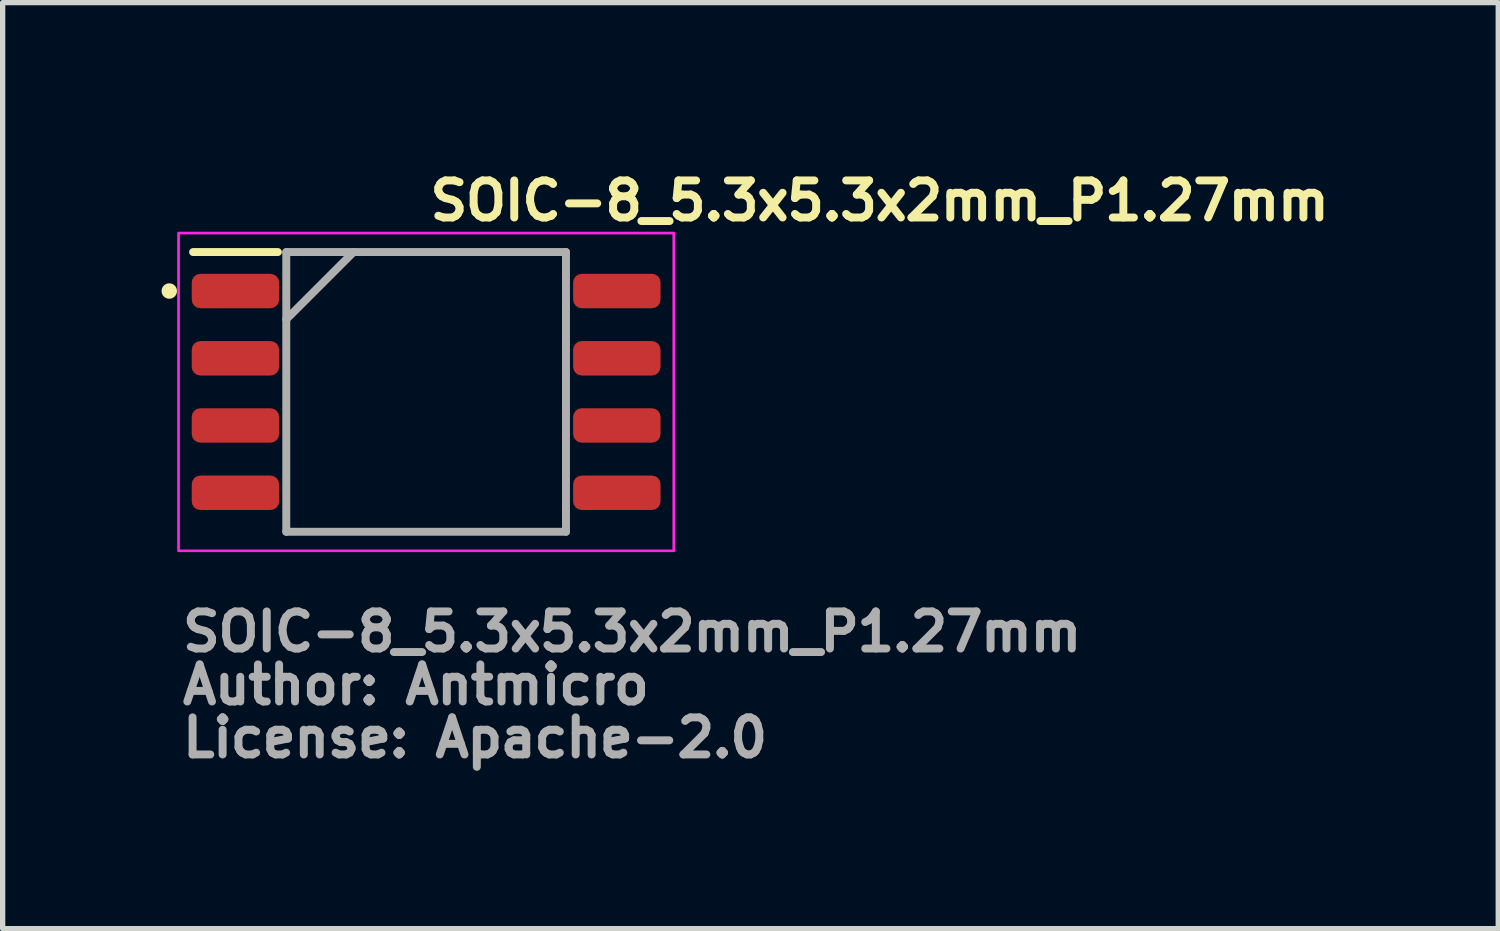
<source format=kicad_pcb>
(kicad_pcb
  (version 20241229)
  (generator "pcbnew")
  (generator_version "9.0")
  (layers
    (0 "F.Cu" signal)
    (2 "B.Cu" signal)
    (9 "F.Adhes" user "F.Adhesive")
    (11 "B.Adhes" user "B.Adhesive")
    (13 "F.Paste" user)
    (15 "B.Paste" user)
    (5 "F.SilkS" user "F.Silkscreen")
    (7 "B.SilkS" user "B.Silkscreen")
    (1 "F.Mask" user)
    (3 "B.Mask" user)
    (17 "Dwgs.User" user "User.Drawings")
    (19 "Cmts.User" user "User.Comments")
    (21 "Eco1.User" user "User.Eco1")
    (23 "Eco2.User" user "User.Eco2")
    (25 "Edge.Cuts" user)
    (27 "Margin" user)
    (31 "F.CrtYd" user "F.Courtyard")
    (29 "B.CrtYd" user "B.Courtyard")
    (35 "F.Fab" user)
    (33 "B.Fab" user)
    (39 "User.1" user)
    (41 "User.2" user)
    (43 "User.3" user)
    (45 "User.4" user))
  (footprint "SOIC-8_5.3x5.3x2mm_P1.27mm"
    (layer "F.Cu")
    (at 4.996 4.35)
    (property "Reference" "SOIC-8_5.3x5.3x2mm_P1.27mm" (at -0.002 -3.2 0) (layer "F.SilkS") (effects (font (size 0.7 0.7) (thickness 0.15)) (justify left bottom)))
    (attr smd)
    (fp_line (start -2.8 -2.641) (end -4.4 -2.641) (stroke (width 0.15) (type solid)) (layer "F.SilkS"))
    (fp_circle (center -4.85 -1.905) (end -4.8 -1.855) (stroke (width 0.15) (type solid)) (fill yes) (layer "F.SilkS"))
    (fp_rect (start 4.675 -3) (end -4.675 3) (stroke (width 0.05) (type solid)) (fill no) (layer "F.CrtYd"))
    (fp_line (start -2.641 -2.641) (end 2.64 -2.641) (stroke (width 0.15) (type solid)) (layer "F.Fab"))
    (fp_line (start -2.641 -1.371) (end -1.371 -2.641) (stroke (width 0.15) (type solid)) (layer "F.Fab"))
    (fp_line (start -2.641 2.64) (end -2.641 -2.641) (stroke (width 0.15) (type solid)) (layer "F.Fab"))
    (fp_line (start 2.64 -2.641) (end 2.64 2.64) (stroke (width 0.15) (type solid)) (layer "F.Fab"))
    (fp_line (start 2.64 2.64) (end -2.641 2.64) (stroke (width 0.15) (type solid)) (layer "F.Fab"))
    (fp_rect (start -3.951 -2.617) (end 3.95 2.615) (stroke (width 0.1) (type solid)) (fill no) (layer "User.5"))
    (fp_line (start -3.951 -2.113) (end -3.604 -2.113) (stroke (width 0.02) (type solid)) (layer "User.9"))
    (fp_line (start -3.951 -1.698) (end -3.951 -2.113) (stroke (width 0.02) (type solid)) (layer "User.9"))
    (fp_line (start -3.951 -1.698) (end -3.604 -1.698) (stroke (width 0.02) (type solid)) (layer "User.9"))
    (fp_line (start -3.951 -0.843) (end -3.604 -0.843) (stroke (width 0.02) (type solid)) (layer "User.9"))
    (fp_line (start -3.951 -0.428) (end -3.951 -0.843) (stroke (width 0.02) (type solid)) (layer "User.9"))
    (fp_line (start -3.951 -0.428) (end -3.604 -0.428) (stroke (width 0.02) (type solid)) (layer "User.9"))
    (fp_line (start -3.951 0.426) (end -3.604 0.426) (stroke (width 0.02) (type solid)) (layer "User.9"))
    (fp_line (start -3.951 0.841) (end -3.951 0.426) (stroke (width 0.02) (type solid)) (layer "User.9"))
    (fp_line (start -3.951 0.841) (end -3.604 0.841) (stroke (width 0.02) (type solid)) (layer "User.9"))
    (fp_line (start -3.951 1.697) (end -3.604 1.697) (stroke (width 0.02) (type solid)) (layer "User.9"))
    (fp_line (start -3.951 2.112) (end -3.951 1.697) (stroke (width 0.02) (type solid)) (layer "User.9"))
    (fp_line (start -3.951 2.112) (end -3.604 2.112) (stroke (width 0.02) (type solid)) (layer "User.9"))
    (fp_line (start -3.604 -2.113) (end -3.521 -2.113) (stroke (width 0.02) (type solid)) (layer "User.9"))
    (fp_line (start -3.604 -1.698) (end -3.521 -1.698) (stroke (width 0.02) (type solid)) (layer "User.9"))
    (fp_line (start -3.604 -0.843) (end -3.521 -0.843) (stroke (width 0.02) (type solid)) (layer "User.9"))
    (fp_line (start -3.604 -0.428) (end -3.521 -0.428) (stroke (width 0.02) (type solid)) (layer "User.9"))
    (fp_line (start -3.604 0.426) (end -3.521 0.426) (stroke (width 0.02) (type solid)) (layer "User.9"))
    (fp_line (start -3.604 0.841) (end -3.521 0.841) (stroke (width 0.02) (type solid)) (layer "User.9"))
    (fp_line (start -3.604 1.697) (end -3.521 1.697) (stroke (width 0.02) (type solid)) (layer "User.9"))
    (fp_line (start -3.604 2.112) (end -3.521 2.112) (stroke (width 0.02) (type solid)) (layer "User.9"))
    (fp_line (start -3.521 -2.113) (end -2.811 -2.113) (stroke (width 0.02) (type solid)) (layer "User.9"))
    (fp_line (start -3.521 -1.698) (end -2.811 -1.698) (stroke (width 0.02) (type solid)) (layer "User.9"))
    (fp_line (start -3.521 -0.843) (end -2.811 -0.843) (stroke (width 0.02) (type solid)) (layer "User.9"))
    (fp_line (start -3.521 -0.428) (end -2.811 -0.428) (stroke (width 0.02) (type solid)) (layer "User.9"))
    (fp_line (start -3.521 0.426) (end -2.811 0.426) (stroke (width 0.02) (type solid)) (layer "User.9"))
    (fp_line (start -3.521 0.841) (end -2.811 0.841) (stroke (width 0.02) (type solid)) (layer "User.9"))
    (fp_line (start -3.521 1.697) (end -2.811 1.697) (stroke (width 0.02) (type solid)) (layer "User.9"))
    (fp_line (start -3.521 2.112) (end -2.811 2.112) (stroke (width 0.02) (type solid)) (layer "User.9"))
    (fp_line (start -2.811 -2.113) (end -2.73 -2.113) (stroke (width 0.02) (type solid)) (layer "User.9"))
    (fp_line (start -2.811 -1.698) (end -2.73 -1.698) (stroke (width 0.02) (type solid)) (layer "User.9"))
    (fp_line (start -2.811 -0.843) (end -2.73 -0.843) (stroke (width 0.02) (type solid)) (layer "User.9"))
    (fp_line (start -2.811 -0.428) (end -2.73 -0.428) (stroke (width 0.02) (type solid)) (layer "User.9"))
    (fp_line (start -2.811 0.426) (end -2.73 0.426) (stroke (width 0.02) (type solid)) (layer "User.9"))
    (fp_line (start -2.811 0.841) (end -2.73 0.841) (stroke (width 0.02) (type solid)) (layer "User.9"))
    (fp_line (start -2.811 1.697) (end -2.73 1.697) (stroke (width 0.02) (type solid)) (layer "User.9"))
    (fp_line (start -2.811 2.112) (end -2.73 2.112) (stroke (width 0.02) (type solid)) (layer "User.9"))
    (fp_line (start -2.73 -2.113) (end -2.617 -2.113) (stroke (width 0.02) (type solid)) (layer "User.9"))
    (fp_line (start -2.73 -1.698) (end -2.617 -1.698) (stroke (width 0.02) (type solid)) (layer "User.9"))
    (fp_line (start -2.73 -0.843) (end -2.617 -0.843) (stroke (width 0.02) (type solid)) (layer "User.9"))
    (fp_line (start -2.73 -0.428) (end -2.617 -0.428) (stroke (width 0.02) (type solid)) (layer "User.9"))
    (fp_line (start -2.73 0.426) (end -2.617 0.426) (stroke (width 0.02) (type solid)) (layer "User.9"))
    (fp_line (start -2.73 0.841) (end -2.617 0.841) (stroke (width 0.02) (type solid)) (layer "User.9"))
    (fp_line (start -2.73 1.697) (end -2.617 1.697) (stroke (width 0.02) (type solid)) (layer "User.9"))
    (fp_line (start -2.73 2.112) (end -2.617 2.112) (stroke (width 0.02) (type solid)) (layer "User.9"))
    (fp_line (start -2.617 -2.617) (end -2.493 -2.493) (stroke (width 0.02) (type solid)) (layer "User.9"))
    (fp_line (start -2.617 -2.617) (end 2.615 -2.617) (stroke (width 0.02) (type solid)) (layer "User.9"))
    (fp_line (start -2.617 -1.698) (end -2.617 -2.113) (stroke (width 0.02) (type solid)) (layer "User.9"))
    (fp_line (start -2.617 -0.428) (end -2.617 -0.843) (stroke (width 0.02) (type solid)) (layer "User.9"))
    (fp_line (start -2.617 0.841) (end -2.617 0.426) (stroke (width 0.02) (type solid)) (layer "User.9"))
    (fp_line (start -2.617 2.112) (end -2.617 1.697) (stroke (width 0.02) (type solid)) (layer "User.9"))
    (fp_line (start -2.617 2.615) (end -2.617 -2.617) (stroke (width 0.02) (type solid)) (layer "User.9"))
    (fp_line (start -2.617 2.615) (end -2.493 2.491) (stroke (width 0.02) (type solid)) (layer "User.9"))
    (fp_line (start -2.617 2.615) (end 2.615 2.615) (stroke (width 0.02) (type solid)) (layer "User.9"))
    (fp_line (start -2.493 -2.493) (end -2.424 -2.424) (stroke (width 0.02) (type solid)) (layer "User.9"))
    (fp_line (start -2.493 2.491) (end -2.424 2.422) (stroke (width 0.02) (type solid)) (layer "User.9"))
    (fp_line (start -2.089 -1.762) (end -2.089 -1.762) (stroke (width 0.02) (type solid)) (layer "User.9"))
    (fp_line (start -2.089 -1.762) (end -2.088 -1.744) (stroke (width 0.02) (type solid)) (layer "User.9"))
    (fp_line (start -2.088 -1.778) (end -2.089 -1.762) (stroke (width 0.02) (type solid)) (layer "User.9"))
    (fp_line (start -2.088 -1.744) (end -2.086 -1.728) (stroke (width 0.02) (type solid)) (layer "User.9"))
    (fp_line (start -2.086 -1.795) (end -2.088 -1.778) (stroke (width 0.02) (type solid)) (layer "User.9"))
    (fp_line (start -2.086 -1.728) (end -2.085 -1.712) (stroke (width 0.02) (type solid)) (layer "User.9"))
    (fp_line (start -2.085 -1.811) (end -2.086 -1.795) (stroke (width 0.02) (type solid)) (layer "User.9"))
    (fp_line (start -2.085 -1.712) (end -2.081 -1.696) (stroke (width 0.02) (type solid)) (layer "User.9"))
    (fp_line (start -2.081 -1.827) (end -2.085 -1.811) (stroke (width 0.02) (type solid)) (layer "User.9"))
    (fp_line (start -2.081 -1.696) (end -2.078 -1.68) (stroke (width 0.02) (type solid)) (layer "User.9"))
    (fp_line (start -2.078 -1.843) (end -2.081 -1.827) (stroke (width 0.02) (type solid)) (layer "User.9"))
    (fp_line (start -2.078 -1.68) (end -2.073 -1.665) (stroke (width 0.02) (type solid)) (layer "User.9"))
    (fp_line (start -2.073 -1.859) (end -2.078 -1.843) (stroke (width 0.02) (type solid)) (layer "User.9"))
    (fp_line (start -2.073 -1.665) (end -2.069 -1.649) (stroke (width 0.02) (type solid)) (layer "User.9"))
    (fp_line (start -2.069 -1.873) (end -2.073 -1.859) (stroke (width 0.02) (type solid)) (layer "User.9"))
    (fp_line (start -2.069 -1.649) (end -2.062 -1.635) (stroke (width 0.02) (type solid)) (layer "User.9"))
    (fp_line (start -2.062 -1.889) (end -2.069 -1.873) (stroke (width 0.02) (type solid)) (layer "User.9"))
    (fp_line (start -2.062 -1.635) (end -2.057 -1.619) (stroke (width 0.02) (type solid)) (layer "User.9"))
    (fp_line (start -2.057 -1.903) (end -2.062 -1.889) (stroke (width 0.02) (type solid)) (layer "User.9"))
    (fp_line (start -2.057 -1.619) (end -2.048 -1.605) (stroke (width 0.02) (type solid)) (layer "User.9"))
    (fp_line (start -2.048 -1.917) (end -2.057 -1.903) (stroke (width 0.02) (type solid)) (layer "User.9"))
    (fp_line (start -2.048 -1.605) (end -2.041 -1.593) (stroke (width 0.02) (type solid)) (layer "User.9"))
    (fp_line (start -2.041 -1.93) (end -2.048 -1.917) (stroke (width 0.02) (type solid)) (layer "User.9"))
    (fp_line (start -2.041 -1.593) (end -2.032 -1.579) (stroke (width 0.02) (type solid)) (layer "User.9"))
    (fp_line (start -2.032 -1.944) (end -2.041 -1.93) (stroke (width 0.02) (type solid)) (layer "User.9"))
    (fp_line (start -2.032 -1.579) (end -2.024 -1.565) (stroke (width 0.02) (type solid)) (layer "User.9"))
    (fp_line (start -2.024 -1.958) (end -2.032 -1.944) (stroke (width 0.02) (type solid)) (layer "User.9"))
    (fp_line (start -2.024 -1.565) (end -2.013 -1.553) (stroke (width 0.02) (type solid)) (layer "User.9"))
    (fp_line (start -2.013 -1.97) (end -2.024 -1.958) (stroke (width 0.02) (type solid)) (layer "User.9"))
    (fp_line (start -2.013 -1.553) (end -2.004 -1.541) (stroke (width 0.02) (type solid)) (layer "User.9"))
    (fp_line (start -2.004 -1.982) (end -2.013 -1.97) (stroke (width 0.02) (type solid)) (layer "User.9"))
    (fp_line (start -2.004 -1.541) (end -1.992 -1.53) (stroke (width 0.02) (type solid)) (layer "User.9"))
    (fp_line (start -1.992 -1.992) (end -2.004 -1.982) (stroke (width 0.02) (type solid)) (layer "User.9"))
    (fp_line (start -1.992 -1.53) (end -1.982 -1.52) (stroke (width 0.02) (type solid)) (layer "User.9"))
    (fp_line (start -1.982 -2.004) (end -1.992 -1.992) (stroke (width 0.02) (type solid)) (layer "User.9"))
    (fp_line (start -1.982 -1.52) (end -1.97 -1.51) (stroke (width 0.02) (type solid)) (layer "User.9"))
    (fp_line (start -1.97 -2.013) (end -1.982 -2.004) (stroke (width 0.02) (type solid)) (layer "User.9"))
    (fp_line (start -1.97 -1.51) (end -1.958 -1.5) (stroke (width 0.02) (type solid)) (layer "User.9"))
    (fp_line (start -1.958 -2.024) (end -1.97 -2.013) (stroke (width 0.02) (type solid)) (layer "User.9"))
    (fp_line (start -1.958 -1.5) (end -1.944 -1.49) (stroke (width 0.02) (type solid)) (layer "User.9"))
    (fp_line (start -1.944 -2.032) (end -1.958 -2.024) (stroke (width 0.02) (type solid)) (layer "User.9"))
    (fp_line (start -1.944 -1.49) (end -1.93 -1.482) (stroke (width 0.02) (type solid)) (layer "User.9"))
    (fp_line (start -1.93 -2.041) (end -1.944 -2.032) (stroke (width 0.02) (type solid)) (layer "User.9"))
    (fp_line (start -1.93 -1.482) (end -1.917 -1.474) (stroke (width 0.02) (type solid)) (layer "User.9"))
    (fp_line (start -1.917 -2.048) (end -1.93 -2.041) (stroke (width 0.02) (type solid)) (layer "User.9"))
    (fp_line (start -1.917 -1.474) (end -1.903 -1.466) (stroke (width 0.02) (type solid)) (layer "User.9"))
    (fp_line (start -1.903 -2.057) (end -1.917 -2.048) (stroke (width 0.02) (type solid)) (layer "User.9"))
    (fp_line (start -1.903 -1.466) (end -1.889 -1.46) (stroke (width 0.02) (type solid)) (layer "User.9"))
    (fp_line (start -1.889 -2.062) (end -1.903 -2.057) (stroke (width 0.02) (type solid)) (layer "User.9"))
    (fp_line (start -1.889 -1.46) (end -1.873 -1.454) (stroke (width 0.02) (type solid)) (layer "User.9"))
    (fp_line (start -1.873 -2.069) (end -1.889 -2.062) (stroke (width 0.02) (type solid)) (layer "User.9"))
    (fp_line (start -1.873 -1.454) (end -1.859 -1.45) (stroke (width 0.02) (type solid)) (layer "User.9"))
    (fp_line (start -1.859 -2.073) (end -1.873 -2.069) (stroke (width 0.02) (type solid)) (layer "User.9"))
    (fp_line (start -1.859 -1.45) (end -1.843 -1.444) (stroke (width 0.02) (type solid)) (layer "User.9"))
    (fp_line (start -1.843 -2.078) (end -1.859 -2.073) (stroke (width 0.02) (type solid)) (layer "User.9"))
    (fp_line (start -1.843 -1.444) (end -1.827 -1.442) (stroke (width 0.02) (type solid)) (layer "User.9"))
    (fp_line (start -1.827 -2.081) (end -1.843 -2.078) (stroke (width 0.02) (type solid)) (layer "User.9"))
    (fp_line (start -1.827 -1.442) (end -1.811 -1.438) (stroke (width 0.02) (type solid)) (layer "User.9"))
    (fp_line (start -1.811 -2.085) (end -1.827 -2.081) (stroke (width 0.02) (type solid)) (layer "User.9"))
    (fp_line (start -1.811 -1.438) (end -1.795 -1.436) (stroke (width 0.02) (type solid)) (layer "User.9"))
    (fp_line (start -1.795 -2.086) (end -1.811 -2.085) (stroke (width 0.02) (type solid)) (layer "User.9"))
    (fp_line (start -1.795 -1.436) (end -1.778 -1.436) (stroke (width 0.02) (type solid)) (layer "User.9"))
    (fp_line (start -1.778 -2.088) (end -1.795 -2.086) (stroke (width 0.02) (type solid)) (layer "User.9"))
    (fp_line (start -1.778 -1.436) (end -1.762 -1.434) (stroke (width 0.02) (type solid)) (layer "User.9"))
    (fp_line (start -1.762 -2.089) (end -1.778 -2.088) (stroke (width 0.02) (type solid)) (layer "User.9"))
    (fp_line (start -1.762 -2.089) (end -1.762 -2.089) (stroke (width 0.02) (type solid)) (layer "User.9"))
    (fp_line (start -1.762 -1.434) (end -1.762 -1.434) (stroke (width 0.02) (type solid)) (layer "User.9"))
    (fp_line (start -1.762 -1.434) (end -1.744 -1.436) (stroke (width 0.02) (type solid)) (layer "User.9"))
    (fp_line (start -1.744 -2.088) (end -1.762 -2.089) (stroke (width 0.02) (type solid)) (layer "User.9"))
    (fp_line (start -1.744 -1.436) (end -1.728 -1.436) (stroke (width 0.02) (type solid)) (layer "User.9"))
    (fp_line (start -1.728 -2.086) (end -1.744 -2.088) (stroke (width 0.02) (type solid)) (layer "User.9"))
    (fp_line (start -1.728 -1.436) (end -1.712 -1.438) (stroke (width 0.02) (type solid)) (layer "User.9"))
    (fp_line (start -1.712 -2.085) (end -1.728 -2.086) (stroke (width 0.02) (type solid)) (layer "User.9"))
    (fp_line (start -1.712 -1.438) (end -1.696 -1.442) (stroke (width 0.02) (type solid)) (layer "User.9"))
    (fp_line (start -1.696 -2.081) (end -1.712 -2.085) (stroke (width 0.02) (type solid)) (layer "User.9"))
    (fp_line (start -1.696 -1.442) (end -1.68 -1.444) (stroke (width 0.02) (type solid)) (layer "User.9"))
    (fp_line (start -1.68 -2.078) (end -1.696 -2.081) (stroke (width 0.02) (type solid)) (layer "User.9"))
    (fp_line (start -1.68 -1.444) (end -1.665 -1.45) (stroke (width 0.02) (type solid)) (layer "User.9"))
    (fp_line (start -1.665 -2.073) (end -1.68 -2.078) (stroke (width 0.02) (type solid)) (layer "User.9"))
    (fp_line (start -1.665 -1.45) (end -1.649 -1.454) (stroke (width 0.02) (type solid)) (layer "User.9"))
    (fp_line (start -1.649 -2.069) (end -1.665 -2.073) (stroke (width 0.02) (type solid)) (layer "User.9"))
    (fp_line (start -1.649 -1.454) (end -1.635 -1.46) (stroke (width 0.02) (type solid)) (layer "User.9"))
    (fp_line (start -1.635 -2.062) (end -1.649 -2.069) (stroke (width 0.02) (type solid)) (layer "User.9"))
    (fp_line (start -1.635 -1.46) (end -1.619 -1.466) (stroke (width 0.02) (type solid)) (layer "User.9"))
    (fp_line (start -1.619 -2.057) (end -1.635 -2.062) (stroke (width 0.02) (type solid)) (layer "User.9"))
    (fp_line (start -1.619 -1.466) (end -1.605 -1.474) (stroke (width 0.02) (type solid)) (layer "User.9"))
    (fp_line (start -1.605 -2.048) (end -1.619 -2.057) (stroke (width 0.02) (type solid)) (layer "User.9"))
    (fp_line (start -1.605 -1.474) (end -1.593 -1.482) (stroke (width 0.02) (type solid)) (layer "User.9"))
    (fp_line (start -1.593 -2.041) (end -1.605 -2.048) (stroke (width 0.02) (type solid)) (layer "User.9"))
    (fp_line (start -1.593 -1.482) (end -1.579 -1.49) (stroke (width 0.02) (type solid)) (layer "User.9"))
    (fp_line (start -1.579 -2.032) (end -1.593 -2.041) (stroke (width 0.02) (type solid)) (layer "User.9"))
    (fp_line (start -1.579 -1.49) (end -1.565 -1.5) (stroke (width 0.02) (type solid)) (layer "User.9"))
    (fp_line (start -1.565 -2.024) (end -1.579 -2.032) (stroke (width 0.02) (type solid)) (layer "User.9"))
    (fp_line (start -1.565 -1.5) (end -1.553 -1.51) (stroke (width 0.02) (type solid)) (layer "User.9"))
    (fp_line (start -1.553 -2.013) (end -1.565 -2.024) (stroke (width 0.02) (type solid)) (layer "User.9"))
    (fp_line (start -1.553 -1.51) (end -1.541 -1.52) (stroke (width 0.02) (type solid)) (layer "User.9"))
    (fp_line (start -1.541 -2.004) (end -1.553 -2.013) (stroke (width 0.02) (type solid)) (layer "User.9"))
    (fp_line (start -1.541 -1.52) (end -1.53 -1.53) (stroke (width 0.02) (type solid)) (layer "User.9"))
    (fp_line (start -1.53 -1.992) (end -1.541 -2.004) (stroke (width 0.02) (type solid)) (layer "User.9"))
    (fp_line (start -1.53 -1.53) (end -1.52 -1.541) (stroke (width 0.02) (type solid)) (layer "User.9"))
    (fp_line (start -1.52 -1.982) (end -1.53 -1.992) (stroke (width 0.02) (type solid)) (layer "User.9"))
    (fp_line (start -1.52 -1.541) (end -1.51 -1.553) (stroke (width 0.02) (type solid)) (layer "User.9"))
    (fp_line (start -1.51 -1.97) (end -1.52 -1.982) (stroke (width 0.02) (type solid)) (layer "User.9"))
    (fp_line (start -1.51 -1.553) (end -1.5 -1.565) (stroke (width 0.02) (type solid)) (layer "User.9"))
    (fp_line (start -1.5 -1.958) (end -1.51 -1.97) (stroke (width 0.02) (type solid)) (layer "User.9"))
    (fp_line (start -1.5 -1.565) (end -1.49 -1.579) (stroke (width 0.02) (type solid)) (layer "User.9"))
    (fp_line (start -1.49 -1.944) (end -1.5 -1.958) (stroke (width 0.02) (type solid)) (layer "User.9"))
    (fp_line (start -1.49 -1.579) (end -1.482 -1.593) (stroke (width 0.02) (type solid)) (layer "User.9"))
    (fp_line (start -1.482 -1.93) (end -1.49 -1.944) (stroke (width 0.02) (type solid)) (layer "User.9"))
    (fp_line (start -1.482 -1.593) (end -1.474 -1.605) (stroke (width 0.02) (type solid)) (layer "User.9"))
    (fp_line (start -1.474 -1.917) (end -1.482 -1.93) (stroke (width 0.02) (type solid)) (layer "User.9"))
    (fp_line (start -1.474 -1.605) (end -1.466 -1.619) (stroke (width 0.02) (type solid)) (layer "User.9"))
    (fp_line (start -1.466 -1.903) (end -1.474 -1.917) (stroke (width 0.02) (type solid)) (layer "User.9"))
    (fp_line (start -1.466 -1.619) (end -1.46 -1.635) (stroke (width 0.02) (type solid)) (layer "User.9"))
    (fp_line (start -1.46 -1.889) (end -1.466 -1.903) (stroke (width 0.02) (type solid)) (layer "User.9"))
    (fp_line (start -1.46 -1.635) (end -1.454 -1.649) (stroke (width 0.02) (type solid)) (layer "User.9"))
    (fp_line (start -1.454 -1.873) (end -1.46 -1.889) (stroke (width 0.02) (type solid)) (layer "User.9"))
    (fp_line (start -1.454 -1.649) (end -1.45 -1.665) (stroke (width 0.02) (type solid)) (layer "User.9"))
    (fp_line (start -1.45 -1.859) (end -1.454 -1.873) (stroke (width 0.02) (type solid)) (layer "User.9"))
    (fp_line (start -1.45 -1.665) (end -1.444 -1.68) (stroke (width 0.02) (type solid)) (layer "User.9"))
    (fp_line (start -1.444 -1.843) (end -1.45 -1.859) (stroke (width 0.02) (type solid)) (layer "User.9"))
    (fp_line (start -1.444 -1.68) (end -1.442 -1.696) (stroke (width 0.02) (type solid)) (layer "User.9"))
    (fp_line (start -1.442 -1.827) (end -1.444 -1.843) (stroke (width 0.02) (type solid)) (layer "User.9"))
    (fp_line (start -1.442 -1.696) (end -1.438 -1.712) (stroke (width 0.02) (type solid)) (layer "User.9"))
    (fp_line (start -1.438 -1.811) (end -1.442 -1.827) (stroke (width 0.02) (type solid)) (layer "User.9"))
    (fp_line (start -1.438 -1.712) (end -1.436 -1.728) (stroke (width 0.02) (type solid)) (layer "User.9"))
    (fp_line (start -1.436 -1.795) (end -1.438 -1.811) (stroke (width 0.02) (type solid)) (layer "User.9"))
    (fp_line (start -1.436 -1.778) (end -1.436 -1.795) (stroke (width 0.02) (type solid)) (layer "User.9"))
    (fp_line (start -1.436 -1.744) (end -1.434 -1.762) (stroke (width 0.02) (type solid)) (layer "User.9"))
    (fp_line (start -1.436 -1.728) (end -1.436 -1.744) (stroke (width 0.02) (type solid)) (layer "User.9"))
    (fp_line (start -1.434 -1.762) (end -1.436 -1.778) (stroke (width 0.02) (type solid)) (layer "User.9"))
    (fp_line (start -1.434 -1.762) (end -1.434 -1.762) (stroke (width 0.02) (type solid)) (layer "User.9"))
    (fp_line (start -1.434 -1.762) (end -1.434 -1.762) (stroke (width 0.02) (type solid)) (layer "User.9"))
    (fp_line (start 2.422 -2.424) (end 2.491 -2.493) (stroke (width 0.02) (type solid)) (layer "User.9"))
    (fp_line (start 2.491 2.491) (end 2.422 2.422) (stroke (width 0.02) (type solid)) (layer "User.9"))
    (fp_line (start 2.615 -2.617) (end 2.491 -2.493) (stroke (width 0.02) (type solid)) (layer "User.9"))
    (fp_line (start 2.615 -2.113) (end 2.728 -2.113) (stroke (width 0.02) (type solid)) (layer "User.9"))
    (fp_line (start 2.615 -1.698) (end 2.615 -2.113) (stroke (width 0.02) (type solid)) (layer "User.9"))
    (fp_line (start 2.615 -1.698) (end 2.728 -1.698) (stroke (width 0.02) (type solid)) (layer "User.9"))
    (fp_line (start 2.615 -0.843) (end 2.728 -0.843) (stroke (width 0.02) (type solid)) (layer "User.9"))
    (fp_line (start 2.615 -0.428) (end 2.615 -0.843) (stroke (width 0.02) (type solid)) (layer "User.9"))
    (fp_line (start 2.615 -0.428) (end 2.728 -0.428) (stroke (width 0.02) (type solid)) (layer "User.9"))
    (fp_line (start 2.615 0.426) (end 2.728 0.426) (stroke (width 0.02) (type solid)) (layer "User.9"))
    (fp_line (start 2.615 0.841) (end 2.615 0.426) (stroke (width 0.02) (type solid)) (layer "User.9"))
    (fp_line (start 2.615 0.841) (end 2.728 0.841) (stroke (width 0.02) (type solid)) (layer "User.9"))
    (fp_line (start 2.615 1.697) (end 2.728 1.697) (stroke (width 0.02) (type solid)) (layer "User.9"))
    (fp_line (start 2.615 2.112) (end 2.615 1.697) (stroke (width 0.02) (type solid)) (layer "User.9"))
    (fp_line (start 2.615 2.112) (end 2.728 2.112) (stroke (width 0.02) (type solid)) (layer "User.9"))
    (fp_line (start 2.615 2.615) (end 2.491 2.491) (stroke (width 0.02) (type solid)) (layer "User.9"))
    (fp_line (start 2.615 2.615) (end 2.615 -2.617) (stroke (width 0.02) (type solid)) (layer "User.9"))
    (fp_line (start 2.809 -2.113) (end 2.728 -2.113) (stroke (width 0.02) (type solid)) (layer "User.9"))
    (fp_line (start 2.809 -1.698) (end 2.728 -1.698) (stroke (width 0.02) (type solid)) (layer "User.9"))
    (fp_line (start 2.809 -0.843) (end 2.728 -0.843) (stroke (width 0.02) (type solid)) (layer "User.9"))
    (fp_line (start 2.809 -0.428) (end 2.728 -0.428) (stroke (width 0.02) (type solid)) (layer "User.9"))
    (fp_line (start 2.809 0.426) (end 2.728 0.426) (stroke (width 0.02) (type solid)) (layer "User.9"))
    (fp_line (start 2.809 0.841) (end 2.728 0.841) (stroke (width 0.02) (type solid)) (layer "User.9"))
    (fp_line (start 2.809 1.697) (end 2.728 1.697) (stroke (width 0.02) (type solid)) (layer "User.9"))
    (fp_line (start 2.809 2.112) (end 2.728 2.112) (stroke (width 0.02) (type solid)) (layer "User.9"))
    (fp_line (start 3.519 -2.113) (end 2.809 -2.113) (stroke (width 0.02) (type solid)) (layer "User.9"))
    (fp_line (start 3.519 -1.698) (end 2.809 -1.698) (stroke (width 0.02) (type solid)) (layer "User.9"))
    (fp_line (start 3.519 -0.843) (end 2.809 -0.843) (stroke (width 0.02) (type solid)) (layer "User.9"))
    (fp_line (start 3.519 -0.428) (end 2.809 -0.428) (stroke (width 0.02) (type solid)) (layer "User.9"))
    (fp_line (start 3.519 0.426) (end 2.809 0.426) (stroke (width 0.02) (type solid)) (layer "User.9"))
    (fp_line (start 3.519 0.841) (end 2.809 0.841) (stroke (width 0.02) (type solid)) (layer "User.9"))
    (fp_line (start 3.519 1.697) (end 2.809 1.697) (stroke (width 0.02) (type solid)) (layer "User.9"))
    (fp_line (start 3.519 2.112) (end 2.809 2.112) (stroke (width 0.02) (type solid)) (layer "User.9"))
    (fp_line (start 3.601 -2.113) (end 3.519 -2.113) (stroke (width 0.02) (type solid)) (layer "User.9"))
    (fp_line (start 3.601 -2.113) (end 3.95 -2.113) (stroke (width 0.02) (type solid)) (layer "User.9"))
    (fp_line (start 3.601 -1.698) (end 3.519 -1.698) (stroke (width 0.02) (type solid)) (layer "User.9"))
    (fp_line (start 3.601 -1.698) (end 3.95 -1.698) (stroke (width 0.02) (type solid)) (layer "User.9"))
    (fp_line (start 3.601 -0.843) (end 3.519 -0.843) (stroke (width 0.02) (type solid)) (layer "User.9"))
    (fp_line (start 3.601 -0.843) (end 3.95 -0.843) (stroke (width 0.02) (type solid)) (layer "User.9"))
    (fp_line (start 3.601 -0.428) (end 3.519 -0.428) (stroke (width 0.02) (type solid)) (layer "User.9"))
    (fp_line (start 3.601 -0.428) (end 3.95 -0.428) (stroke (width 0.02) (type solid)) (layer "User.9"))
    (fp_line (start 3.601 0.426) (end 3.519 0.426) (stroke (width 0.02) (type solid)) (layer "User.9"))
    (fp_line (start 3.601 0.426) (end 3.95 0.426) (stroke (width 0.02) (type solid)) (layer "User.9"))
    (fp_line (start 3.601 0.841) (end 3.519 0.841) (stroke (width 0.02) (type solid)) (layer "User.9"))
    (fp_line (start 3.601 0.841) (end 3.95 0.841) (stroke (width 0.02) (type solid)) (layer "User.9"))
    (fp_line (start 3.601 1.697) (end 3.519 1.697) (stroke (width 0.02) (type solid)) (layer "User.9"))
    (fp_line (start 3.601 1.697) (end 3.95 1.697) (stroke (width 0.02) (type solid)) (layer "User.9"))
    (fp_line (start 3.601 2.112) (end 3.519 2.112) (stroke (width 0.02) (type solid)) (layer "User.9"))
    (fp_line (start 3.601 2.112) (end 3.95 2.112) (stroke (width 0.02) (type solid)) (layer "User.9"))
    (fp_line (start 3.95 -1.698) (end 3.95 -2.113) (stroke (width 0.02) (type solid)) (layer "User.9"))
    (fp_line (start 3.95 -0.428) (end 3.95 -0.843) (stroke (width 0.02) (type solid)) (layer "User.9"))
    (fp_line (start 3.95 0.841) (end 3.95 0.426) (stroke (width 0.02) (type solid)) (layer "User.9"))
    (fp_line (start 3.95 2.112) (end 3.95 1.697) (stroke (width 0.02) (type solid)) (layer "User.9"))
    (fp_text user "License: Apache-2.0" (at -4.675 6.938 0) (layer "F.Fab") (effects (font (size 0.7 0.7) (thickness 0.15)) (justify left bottom)))
    (fp_text user "Author: Antmicro" (at -4.675 5.938 0) (layer "F.Fab") (effects (font (size 0.7 0.7) (thickness 0.15)) (justify left bottom)))
    (fp_text user "${REFERENCE}" (at -4.675 4.938 0) (layer "F.Fab") (effects (font (size 0.7 0.7) (thickness 0.15)) (justify left bottom)))
    (pad "1" smd roundrect (at -3.601 -1.905 90) (size 0.65 1.65) (layers "F.Cu" "F.Mask" "F.Paste") (roundrect_rratio 0.25))
    (pad "2" smd roundrect (at -3.601 -0.635 90) (size 0.65 1.65) (layers "F.Cu" "F.Mask" "F.Paste") (roundrect_rratio 0.25))
    (pad "3" smd roundrect (at -3.601 0.633 90) (size 0.65 1.65) (layers "F.Cu" "F.Mask" "F.Paste") (roundrect_rratio 0.25))
    (pad "4" smd roundrect (at -3.601 1.904 90) (size 0.65 1.65) (layers "F.Cu" "F.Mask" "F.Paste") (roundrect_rratio 0.25))
    (pad "5" smd roundrect (at 3.6 1.904 90) (size 0.65 1.65) (layers "F.Cu" "F.Mask" "F.Paste") (roundrect_rratio 0.25))
    (pad "6" smd roundrect (at 3.6 0.633 90) (size 0.65 1.65) (layers "F.Cu" "F.Mask" "F.Paste") (roundrect_rratio 0.25))
    (pad "7" smd roundrect (at 3.6 -0.635 90) (size 0.65 1.65) (layers "F.Cu" "F.Mask" "F.Paste") (roundrect_rratio 0.25))
    (pad "8" smd roundrect (at 3.6 -1.905 90) (size 0.65 1.65) (layers "F.Cu" "F.Mask" "F.Paste") (roundrect_rratio 0.25)))
  (gr_rect
    (start -3 -3)
    (end 25.238 14.483)
    (stroke (width 0.1) (type default))
    (fill no)
    (layer "Edge.Cuts")))
</source>
